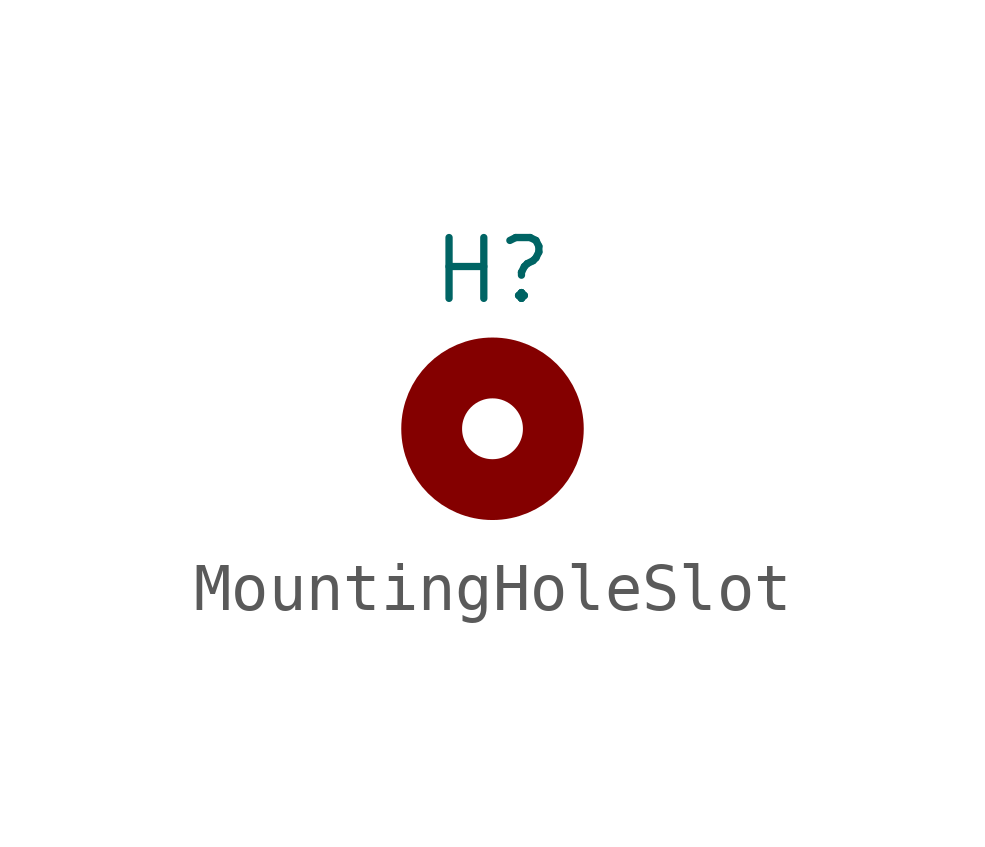
<source format=kicad_sym>
(kicad_symbol_lib
  (version 20241209)
  (generator "kicad_symbol_editor")
  (generator_version "9.0")
  (symbol "MountingHoleSlot"
    (property "Reference" "H"
      (at 0 3.302 0)
      (effects (font (size 1.27 1.27))))
    (property "Value" ""
      (at 0 0 0)
      (effects (font (size 1.27 1.27))))
    (symbol "MountingHoleSlot_1_1"
      (circle (center 0 0) (radius 1.27) (stroke (width 1.27) (type default)) (fill (type none))))))
</source>
